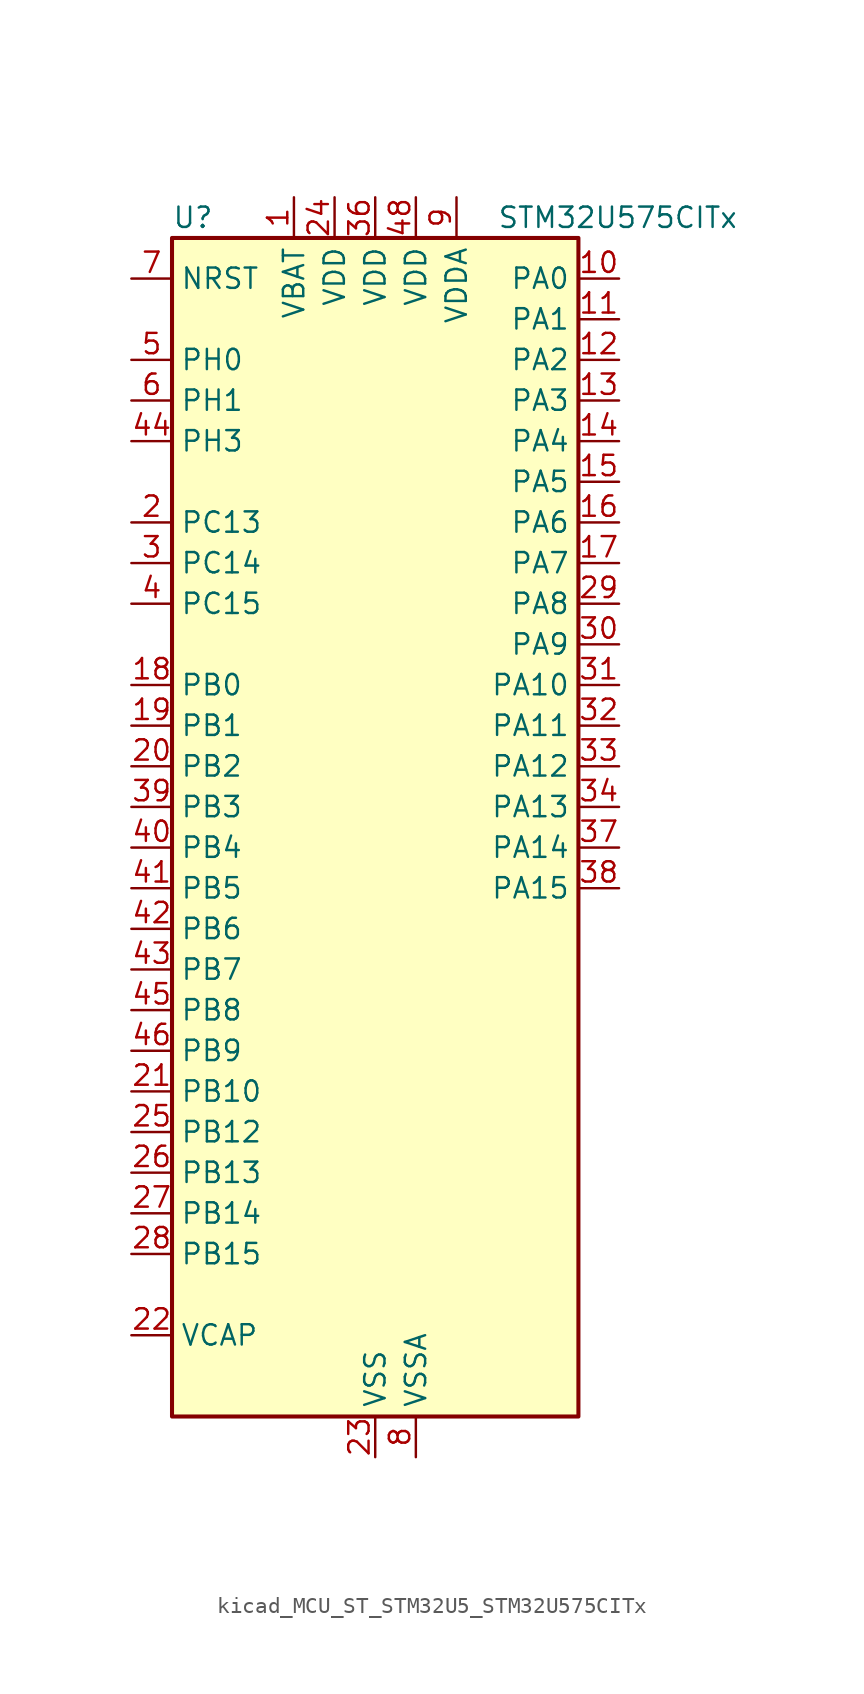
<source format=kicad_sym>
(kicad_symbol_lib
  (version 20220914)
  (generator kicad_symbol_editor)
  (symbol "kicad_MCU_ST_STM32U5_STM32U575CITx"
    (property "Reference" "U"
      (at -12.7 39.37 0)
      (effects (font (size 1.27 1.27)) (justify left)))
    (property "Value" "STM32U575CITx"
      (at 7.62 39.37 0)
      (effects (font (size 1.27 1.27)) (justify left)))
    (property "ki_locked" ""
      (at 0 0 0)
      (effects (font (size 1.27 1.27))))
    (symbol "kicad_MCU_ST_STM32U5_STM32U575CITx_0_1"
      (rectangle (start -12.7 -35.56) (end 12.7 38.1) (stroke (width 0.254) (type default)) (fill (type background))))
    (symbol "kicad_MCU_ST_STM32U5_STM32U575CITx_1_1"
      (pin power_in line (at -5.08 40.64 270) (length 2.54) (name "VBAT" (effects (font (size 1.27 1.27)))) (number "1" (effects (font (size 1.27 1.27)))))
      (pin bidirectional line (at 15.24 35.56 180) (length 2.54) (name "PA0" (effects (font (size 1.27 1.27)))) (number "10" (effects (font (size 1.27 1.27)))) (alternate "ADC1_IN5" bidirectional line) (alternate "AUDIOCLK" bidirectional line) (alternate "OCTOSPIM_P2_NCS" bidirectional line) (alternate "OPAMP1_VINP" bidirectional line) (alternate "PWR_WKUP1" bidirectional line) (alternate "SPI3_RDY" bidirectional line) (alternate "TAMP_IN2" bidirectional line) (alternate "TAMP_OUT1" bidirectional line) (alternate "TIM2_CH1" bidirectional line) (alternate "TIM2_ETR" bidirectional line) (alternate "TIM5_CH1" bidirectional line) (alternate "TIM8_ETR" bidirectional line) (alternate "UART4_TX" bidirectional line) (alternate "USART2_CTS" bidirectional line))
      (pin bidirectional line (at 15.24 33.02 180) (length 2.54) (name "PA1" (effects (font (size 1.27 1.27)))) (number "11" (effects (font (size 1.27 1.27)))) (alternate "ADC1_IN6" bidirectional line) (alternate "I2C1_SMBA" bidirectional line) (alternate "LPTIM1_CH2" bidirectional line) (alternate "OCTOSPIM_P1_DQS" bidirectional line) (alternate "OPAMP1_VINM" bidirectional line) (alternate "PWR_WKUP3" bidirectional line) (alternate "SPI1_SCK" bidirectional line) (alternate "TAMP_IN5" bidirectional line) (alternate "TAMP_OUT4" bidirectional line) (alternate "TIM15_CH1N" bidirectional line) (alternate "TIM2_CH2" bidirectional line) (alternate "TIM5_CH2" bidirectional line) (alternate "UART4_RX" bidirectional line) (alternate "USART2_DE" bidirectional line) (alternate "USART2_RTS" bidirectional line))
      (pin bidirectional line (at 15.24 30.48 180) (length 2.54) (name "PA2" (effects (font (size 1.27 1.27)))) (number "12" (effects (font (size 1.27 1.27)))) (alternate "ADC1_IN7" bidirectional line) (alternate "COMP1_INP" bidirectional line) (alternate "LPUART1_TX" bidirectional line) (alternate "OCTOSPIM_P1_NCS" bidirectional line) (alternate "PWR_WKUP4" bidirectional line) (alternate "RCC_LSCO" bidirectional line) (alternate "SPI1_RDY" bidirectional line) (alternate "TIM15_CH1" bidirectional line) (alternate "TIM2_CH3" bidirectional line) (alternate "TIM5_CH3" bidirectional line) (alternate "UCPD1_FRSTX1" bidirectional line) (alternate "USART2_TX" bidirectional line))
      (pin bidirectional line (at 15.24 27.94 180) (length 2.54) (name "PA3" (effects (font (size 1.27 1.27)))) (number "13" (effects (font (size 1.27 1.27)))) (alternate "ADC1_IN8" bidirectional line) (alternate "LPUART1_RX" bidirectional line) (alternate "OCTOSPIM_P1_CLK" bidirectional line) (alternate "OPAMP1_VOUT" bidirectional line) (alternate "PWR_WKUP5" bidirectional line) (alternate "SAI1_CK1" bidirectional line) (alternate "SAI1_MCLK_A" bidirectional line) (alternate "TIM15_CH2" bidirectional line) (alternate "TIM2_CH4" bidirectional line) (alternate "TIM5_CH4" bidirectional line) (alternate "USART2_RX" bidirectional line))
      (pin bidirectional line (at 15.24 25.4 180) (length 2.54) (name "PA4" (effects (font (size 1.27 1.27)))) (number "14" (effects (font (size 1.27 1.27)))) (alternate "ADC1_IN9" bidirectional line) (alternate "ADC4_IN9" bidirectional line) (alternate "DAC1_OUT1" bidirectional line) (alternate "LPTIM2_CH1" bidirectional line) (alternate "OCTOSPIM_P1_NCS" bidirectional line) (alternate "PWR_WKUP2" bidirectional line) (alternate "SAI1_FS_B" bidirectional line) (alternate "SPI1_NSS" bidirectional line) (alternate "SPI3_NSS" bidirectional line) (alternate "USART2_CK" bidirectional line))
      (pin bidirectional line (at 15.24 22.86 180) (length 2.54) (name "PA5" (effects (font (size 1.27 1.27)))) (number "15" (effects (font (size 1.27 1.27)))) (alternate "ADC1_IN10" bidirectional line) (alternate "ADC4_IN10" bidirectional line) (alternate "DAC1_OUT2" bidirectional line) (alternate "LPTIM2_ETR" bidirectional line) (alternate "PWR_CSLEEP" bidirectional line) (alternate "PWR_WKUP6" bidirectional line) (alternate "SPI1_SCK" bidirectional line) (alternate "TIM2_CH1" bidirectional line) (alternate "TIM2_ETR" bidirectional line) (alternate "TIM8_CH1N" bidirectional line) (alternate "USART3_RX" bidirectional line))
      (pin bidirectional line (at 15.24 20.32 180) (length 2.54) (name "PA6" (effects (font (size 1.27 1.27)))) (number "16" (effects (font (size 1.27 1.27)))) (alternate "ADC1_IN11" bidirectional line) (alternate "ADC4_IN11" bidirectional line) (alternate "LPUART1_CTS" bidirectional line) (alternate "OCTOSPIM_P1_IO3" bidirectional line) (alternate "OPAMP2_VINP" bidirectional line) (alternate "PWR_CDSTOP" bidirectional line) (alternate "PWR_WKUP7" bidirectional line) (alternate "SPI1_MISO" bidirectional line) (alternate "TIM16_CH1" bidirectional line) (alternate "TIM1_BKIN" bidirectional line) (alternate "TIM3_CH1" bidirectional line) (alternate "TIM8_BKIN" bidirectional line) (alternate "USART3_CTS" bidirectional line))
      (pin bidirectional line (at 15.24 17.78 180) (length 2.54) (name "PA7" (effects (font (size 1.27 1.27)))) (number "17" (effects (font (size 1.27 1.27)))) (alternate "ADC1_IN12" bidirectional line) (alternate "ADC4_IN20" bidirectional line) (alternate "I2C3_SCL" bidirectional line) (alternate "LPTIM2_CH2" bidirectional line) (alternate "OCTOSPIM_P1_IO2" bidirectional line) (alternate "OPAMP2_VINM" bidirectional line) (alternate "PWR_SRDSTOP" bidirectional line) (alternate "PWR_WKUP8" bidirectional line) (alternate "SPI1_MOSI" bidirectional line) (alternate "TIM17_CH1" bidirectional line) (alternate "TIM1_CH1N" bidirectional line) (alternate "TIM3_CH2" bidirectional line) (alternate "TIM8_CH1N" bidirectional line) (alternate "USART3_TX" bidirectional line))
      (pin bidirectional line (at -15.24 10.16 0) (length 2.54) (name "PB0" (effects (font (size 1.27 1.27)))) (number "18" (effects (font (size 1.27 1.27)))) (alternate "ADC1_IN15" bidirectional line) (alternate "ADC4_IN18" bidirectional line) (alternate "AUDIOCLK" bidirectional line) (alternate "COMP1_OUT" bidirectional line) (alternate "LPTIM3_CH1" bidirectional line) (alternate "OCTOSPIM_P1_IO1" bidirectional line) (alternate "OPAMP2_VOUT" bidirectional line) (alternate "SPI1_NSS" bidirectional line) (alternate "TIM1_CH2N" bidirectional line) (alternate "TIM3_CH3" bidirectional line) (alternate "TIM8_CH2N" bidirectional line) (alternate "USART3_CK" bidirectional line))
      (pin bidirectional line (at -15.24 7.62 0) (length 2.54) (name "PB1" (effects (font (size 1.27 1.27)))) (number "19" (effects (font (size 1.27 1.27)))) (alternate "ADC1_IN16" bidirectional line) (alternate "ADC4_IN19" bidirectional line) (alternate "COMP1_INM" bidirectional line) (alternate "LPTIM2_IN1" bidirectional line) (alternate "LPTIM3_CH2" bidirectional line) (alternate "LPUART1_DE" bidirectional line) (alternate "LPUART1_RTS" bidirectional line) (alternate "MDF1_SDI0" bidirectional line) (alternate "OCTOSPIM_P1_IO0" bidirectional line) (alternate "PWR_WKUP4" bidirectional line) (alternate "TIM1_CH3N" bidirectional line) (alternate "TIM3_CH4" bidirectional line) (alternate "TIM8_CH3N" bidirectional line) (alternate "USART3_DE" bidirectional line) (alternate "USART3_RTS" bidirectional line))
      (pin bidirectional line (at -15.24 20.32 0) (length 2.54) (name "PC13" (effects (font (size 1.27 1.27)))) (number "2" (effects (font (size 1.27 1.27)))) (alternate "PWR_WKUP2" bidirectional line) (alternate "RTC_OUT1" bidirectional line) (alternate "RTC_TS" bidirectional line) (alternate "TAMP_IN1" bidirectional line) (alternate "TAMP_OUT2" bidirectional line))
      (pin bidirectional line (at -15.24 5.08 0) (length 2.54) (name "PB2" (effects (font (size 1.27 1.27)))) (number "20" (effects (font (size 1.27 1.27)))) (alternate "ADC1_IN17" bidirectional line) (alternate "COMP1_INP" bidirectional line) (alternate "I2C3_SMBA" bidirectional line) (alternate "LPTIM1_CH1" bidirectional line) (alternate "MDF1_CKI0" bidirectional line) (alternate "OCTOSPIM_P1_DQS" bidirectional line) (alternate "PWR_WKUP1" bidirectional line) (alternate "RTC_OUT2" bidirectional line) (alternate "SPI1_RDY" bidirectional line) (alternate "TIM8_CH4N" bidirectional line) (alternate "UCPD1_FRSTX1" bidirectional line))
      (pin bidirectional line (at -15.24 -15.24 0) (length 2.54) (name "PB10" (effects (font (size 1.27 1.27)))) (number "21" (effects (font (size 1.27 1.27)))) (alternate "COMP1_OUT" bidirectional line) (alternate "I2C2_SCL" bidirectional line) (alternate "I2C4_SCL" bidirectional line) (alternate "LPTIM3_CH1" bidirectional line) (alternate "LPUART1_RX" bidirectional line) (alternate "OCTOSPIM_P1_CLK" bidirectional line) (alternate "PWR_WKUP8" bidirectional line) (alternate "SAI1_SCK_A" bidirectional line) (alternate "SPI2_SCK" bidirectional line) (alternate "TIM2_CH3" bidirectional line) (alternate "TSC_SYNC" bidirectional line) (alternate "USART3_TX" bidirectional line))
      (pin power_out line (at -15.24 -30.48 0) (length 2.54) (name "VCAP" (effects (font (size 1.27 1.27)))) (number "22" (effects (font (size 1.27 1.27)))))
      (pin power_in line (at 0 -38.1 90) (length 2.54) (name "VSS" (effects (font (size 1.27 1.27)))) (number "23" (effects (font (size 1.27 1.27)))))
      (pin power_in line (at -2.54 40.64 270) (length 2.54) (name "VDD" (effects (font (size 1.27 1.27)))) (number "24" (effects (font (size 1.27 1.27)))))
      (pin bidirectional line (at -15.24 -17.78 0) (length 2.54) (name "PB12" (effects (font (size 1.27 1.27)))) (number "25" (effects (font (size 1.27 1.27)))) (alternate "I2C2_SMBA" bidirectional line) (alternate "LPUART1_DE" bidirectional line) (alternate "LPUART1_RTS" bidirectional line) (alternate "MDF1_SDI1" bidirectional line) (alternate "OCTOSPIM_P1_NCLK" bidirectional line) (alternate "SPI2_NSS" bidirectional line) (alternate "TIM15_BKIN" bidirectional line) (alternate "TIM1_BKIN" bidirectional line) (alternate "TSC_G1_IO1" bidirectional line) (alternate "USART3_CK" bidirectional line))
      (pin bidirectional line (at -15.24 -20.32 0) (length 2.54) (name "PB13" (effects (font (size 1.27 1.27)))) (number "26" (effects (font (size 1.27 1.27)))) (alternate "I2C2_SCL" bidirectional line) (alternate "LPTIM3_IN1" bidirectional line) (alternate "LPUART1_CTS" bidirectional line) (alternate "MDF1_CKI1" bidirectional line) (alternate "SPI2_SCK" bidirectional line) (alternate "TIM15_CH1N" bidirectional line) (alternate "TIM1_CH1N" bidirectional line) (alternate "TSC_G1_IO2" bidirectional line) (alternate "USART3_CTS" bidirectional line))
      (pin bidirectional line (at -15.24 -22.86 0) (length 2.54) (name "PB14" (effects (font (size 1.27 1.27)))) (number "27" (effects (font (size 1.27 1.27)))) (alternate "I2C2_SDA" bidirectional line) (alternate "LPTIM3_ETR" bidirectional line) (alternate "MDF1_SDI2" bidirectional line) (alternate "SPI2_MISO" bidirectional line) (alternate "TIM15_CH1" bidirectional line) (alternate "TIM1_CH2N" bidirectional line) (alternate "TIM8_CH2N" bidirectional line) (alternate "TSC_G1_IO3" bidirectional line) (alternate "UCPD1_DBCC2" bidirectional line) (alternate "USART3_DE" bidirectional line) (alternate "USART3_RTS" bidirectional line))
      (pin bidirectional line (at -15.24 -25.4 0) (length 2.54) (name "PB15" (effects (font (size 1.27 1.27)))) (number "28" (effects (font (size 1.27 1.27)))) (alternate "ADC1_EXTI15" bidirectional line) (alternate "ADC4_EXTI15" bidirectional line) (alternate "LPTIM2_IN2" bidirectional line) (alternate "MDF1_CKI2" bidirectional line) (alternate "PWR_WKUP7" bidirectional line) (alternate "RTC_REFIN" bidirectional line) (alternate "SPI2_MOSI" bidirectional line) (alternate "TIM15_CH2" bidirectional line) (alternate "TIM1_CH3N" bidirectional line) (alternate "TIM8_CH3N" bidirectional line) (alternate "UCPD1_CC2" bidirectional line))
      (pin bidirectional line (at 15.24 15.24 180) (length 2.54) (name "PA8" (effects (font (size 1.27 1.27)))) (number "29" (effects (font (size 1.27 1.27)))) (alternate "DEBUG_TRACECLK" bidirectional line) (alternate "LPTIM2_CH1" bidirectional line) (alternate "RCC_MCO" bidirectional line) (alternate "SAI1_CK2" bidirectional line) (alternate "SAI1_SCK_A" bidirectional line) (alternate "SPI1_RDY" bidirectional line) (alternate "TIM1_CH1" bidirectional line) (alternate "USART1_CK" bidirectional line) (alternate "USB_OTG_FS_SOF" bidirectional line))
      (pin bidirectional line (at -15.24 17.78 0) (length 2.54) (name "PC14" (effects (font (size 1.27 1.27)))) (number "3" (effects (font (size 1.27 1.27)))) (alternate "RCC_OSC32_IN" bidirectional line))
      (pin bidirectional line (at 15.24 12.7 180) (length 2.54) (name "PA9" (effects (font (size 1.27 1.27)))) (number "30" (effects (font (size 1.27 1.27)))) (alternate "DAC1_EXTI9" bidirectional line) (alternate "SAI1_FS_A" bidirectional line) (alternate "SPI2_SCK" bidirectional line) (alternate "TIM15_BKIN" bidirectional line) (alternate "TIM1_CH2" bidirectional line) (alternate "USART1_TX" bidirectional line) (alternate "USB_OTG_FS_VBUS" bidirectional line))
      (pin bidirectional line (at 15.24 10.16 180) (length 2.54) (name "PA10" (effects (font (size 1.27 1.27)))) (number "31" (effects (font (size 1.27 1.27)))) (alternate "CRS_SYNC" bidirectional line) (alternate "LPTIM2_IN2" bidirectional line) (alternate "SAI1_D1" bidirectional line) (alternate "SAI1_SD_A" bidirectional line) (alternate "TIM17_BKIN" bidirectional line) (alternate "TIM1_CH3" bidirectional line) (alternate "USART1_RX" bidirectional line) (alternate "USB_OTG_FS_ID" bidirectional line))
      (pin bidirectional line (at 15.24 7.62 180) (length 2.54) (name "PA11" (effects (font (size 1.27 1.27)))) (number "32" (effects (font (size 1.27 1.27)))) (alternate "ADC1_EXTI11" bidirectional line) (alternate "FDCAN1_RX" bidirectional line) (alternate "SPI1_MISO" bidirectional line) (alternate "TIM1_BKIN2" bidirectional line) (alternate "TIM1_CH4" bidirectional line) (alternate "USART1_CTS" bidirectional line) (alternate "USB_OTG_FS_DM" bidirectional line))
      (pin bidirectional line (at 15.24 5.08 180) (length 2.54) (name "PA12" (effects (font (size 1.27 1.27)))) (number "33" (effects (font (size 1.27 1.27)))) (alternate "FDCAN1_TX" bidirectional line) (alternate "OCTOSPIM_P2_NCS" bidirectional line) (alternate "SPI1_MOSI" bidirectional line) (alternate "TIM1_ETR" bidirectional line) (alternate "USART1_DE" bidirectional line) (alternate "USART1_RTS" bidirectional line) (alternate "USB_OTG_FS_DP" bidirectional line))
      (pin bidirectional line (at 15.24 2.54 180) (length 2.54) (name "PA13" (effects (font (size 1.27 1.27)))) (number "34" (effects (font (size 1.27 1.27)))) (alternate "DEBUG_JTMS-SWDIO" bidirectional line) (alternate "IR_OUT" bidirectional line) (alternate "SAI1_SD_B" bidirectional line) (alternate "USB_OTG_FS_NOE" bidirectional line))
      (pin passive line (at 0 -38.1 90) (length 2.54) hide (name "VSS" (effects (font (size 1.27 1.27)))) (number "35" (effects (font (size 1.27 1.27)))))
      (pin power_in line (at 0 40.64 270) (length 2.54) (name "VDD" (effects (font (size 1.27 1.27)))) (number "36" (effects (font (size 1.27 1.27)))))
      (pin bidirectional line (at 15.24 0 180) (length 2.54) (name "PA14" (effects (font (size 1.27 1.27)))) (number "37" (effects (font (size 1.27 1.27)))) (alternate "DEBUG_JTCK-SWCLK" bidirectional line) (alternate "I2C1_SMBA" bidirectional line) (alternate "I2C4_SMBA" bidirectional line) (alternate "LPTIM1_CH1" bidirectional line) (alternate "SAI1_FS_B" bidirectional line) (alternate "USB_OTG_FS_SOF" bidirectional line))
      (pin bidirectional line (at 15.24 -2.54 180) (length 2.54) (name "PA15" (effects (font (size 1.27 1.27)))) (number "38" (effects (font (size 1.27 1.27)))) (alternate "ADC1_EXTI15" bidirectional line) (alternate "ADC4_EXTI15" bidirectional line) (alternate "DEBUG_JTDI" bidirectional line) (alternate "SPI1_NSS" bidirectional line) (alternate "SPI3_NSS" bidirectional line) (alternate "TIM2_CH1" bidirectional line) (alternate "TIM2_ETR" bidirectional line) (alternate "UART4_DE" bidirectional line) (alternate "UART4_RTS" bidirectional line) (alternate "UCPD1_CC1" bidirectional line) (alternate "USART2_RX" bidirectional line) (alternate "USART3_DE" bidirectional line) (alternate "USART3_RTS" bidirectional line))
      (pin bidirectional line (at -15.24 2.54 0) (length 2.54) (name "PB3" (effects (font (size 1.27 1.27)))) (number "39" (effects (font (size 1.27 1.27)))) (alternate "ADF1_CCK0" bidirectional line) (alternate "COMP2_INM" bidirectional line) (alternate "CRS_SYNC" bidirectional line) (alternate "DEBUG_JTDO-SWO" bidirectional line) (alternate "I2C1_SDA" bidirectional line) (alternate "LPTIM1_CH1" bidirectional line) (alternate "SAI1_SCK_B" bidirectional line) (alternate "SPI1_SCK" bidirectional line) (alternate "SPI3_SCK" bidirectional line) (alternate "TIM2_CH2" bidirectional line) (alternate "USART1_DE" bidirectional line) (alternate "USART1_RTS" bidirectional line))
      (pin bidirectional line (at -15.24 15.24 0) (length 2.54) (name "PC15" (effects (font (size 1.27 1.27)))) (number "4" (effects (font (size 1.27 1.27)))) (alternate "ADC1_EXTI15" bidirectional line) (alternate "ADC4_EXTI15" bidirectional line) (alternate "RCC_OSC32_OUT" bidirectional line))
      (pin bidirectional line (at -15.24 0 0) (length 2.54) (name "PB4" (effects (font (size 1.27 1.27)))) (number "40" (effects (font (size 1.27 1.27)))) (alternate "ADF1_SDI0" bidirectional line) (alternate "COMP2_INP" bidirectional line) (alternate "DEBUG_JTRST" bidirectional line) (alternate "I2C3_SDA" bidirectional line) (alternate "LPTIM1_CH2" bidirectional line) (alternate "SAI1_MCLK_B" bidirectional line) (alternate "SPI1_MISO" bidirectional line) (alternate "SPI3_MISO" bidirectional line) (alternate "TIM17_BKIN" bidirectional line) (alternate "TIM3_CH1" bidirectional line) (alternate "TSC_G2_IO1" bidirectional line) (alternate "USART1_CTS" bidirectional line))
      (pin bidirectional line (at -15.24 -2.54 0) (length 2.54) (name "PB5" (effects (font (size 1.27 1.27)))) (number "41" (effects (font (size 1.27 1.27)))) (alternate "COMP2_OUT" bidirectional line) (alternate "I2C1_SMBA" bidirectional line) (alternate "LPTIM1_IN1" bidirectional line) (alternate "OCTOSPIM_P1_NCLK" bidirectional line) (alternate "PWR_WKUP6" bidirectional line) (alternate "SAI1_SD_B" bidirectional line) (alternate "SPI1_MOSI" bidirectional line) (alternate "SPI3_MOSI" bidirectional line) (alternate "TIM16_BKIN" bidirectional line) (alternate "TIM3_CH2" bidirectional line) (alternate "TSC_G2_IO2" bidirectional line) (alternate "UCPD1_DBCC1" bidirectional line) (alternate "USART1_CK" bidirectional line))
      (pin bidirectional line (at -15.24 -5.08 0) (length 2.54) (name "PB6" (effects (font (size 1.27 1.27)))) (number "42" (effects (font (size 1.27 1.27)))) (alternate "COMP2_INP" bidirectional line) (alternate "I2C1_SCL" bidirectional line) (alternate "I2C4_SCL" bidirectional line) (alternate "LPTIM1_ETR" bidirectional line) (alternate "MDF1_SDI5" bidirectional line) (alternate "PWR_WKUP3" bidirectional line) (alternate "SAI1_FS_B" bidirectional line) (alternate "TIM16_CH1N" bidirectional line) (alternate "TIM4_CH1" bidirectional line) (alternate "TIM8_BKIN2" bidirectional line) (alternate "TSC_G2_IO3" bidirectional line) (alternate "USART1_TX" bidirectional line))
      (pin bidirectional line (at -15.24 -7.62 0) (length 2.54) (name "PB7" (effects (font (size 1.27 1.27)))) (number "43" (effects (font (size 1.27 1.27)))) (alternate "COMP2_INM" bidirectional line) (alternate "I2C1_SDA" bidirectional line) (alternate "I2C4_SDA" bidirectional line) (alternate "LPTIM1_IN2" bidirectional line) (alternate "MDF1_CKI5" bidirectional line) (alternate "PWR_PVD_IN" bidirectional line) (alternate "PWR_WKUP4" bidirectional line) (alternate "TIM17_CH1N" bidirectional line) (alternate "TIM4_CH2" bidirectional line) (alternate "TIM8_BKIN" bidirectional line) (alternate "TSC_G2_IO4" bidirectional line) (alternate "UART4_CTS" bidirectional line) (alternate "USART1_RX" bidirectional line))
      (pin bidirectional line (at -15.24 25.4 0) (length 2.54) (name "PH3" (effects (font (size 1.27 1.27)))) (number "44" (effects (font (size 1.27 1.27)))))
      (pin bidirectional line (at -15.24 -10.16 0) (length 2.54) (name "PB8" (effects (font (size 1.27 1.27)))) (number "45" (effects (font (size 1.27 1.27)))) (alternate "FDCAN1_RX" bidirectional line) (alternate "I2C1_SCL" bidirectional line) (alternate "MDF1_CCK0" bidirectional line) (alternate "PWR_WKUP5" bidirectional line) (alternate "SAI1_CK1" bidirectional line) (alternate "SAI1_MCLK_A" bidirectional line) (alternate "SPI3_RDY" bidirectional line) (alternate "TIM16_CH1" bidirectional line) (alternate "TIM4_CH3" bidirectional line))
      (pin bidirectional line (at -15.24 -12.7 0) (length 2.54) (name "PB9" (effects (font (size 1.27 1.27)))) (number "46" (effects (font (size 1.27 1.27)))) (alternate "DAC1_EXTI9" bidirectional line) (alternate "FDCAN1_TX" bidirectional line) (alternate "I2C1_SDA" bidirectional line) (alternate "IR_OUT" bidirectional line) (alternate "SAI1_D2" bidirectional line) (alternate "SAI1_FS_A" bidirectional line) (alternate "SPI2_NSS" bidirectional line) (alternate "TIM17_CH1" bidirectional line) (alternate "TIM4_CH4" bidirectional line))
      (pin passive line (at 0 -38.1 90) (length 2.54) hide (name "VSS" (effects (font (size 1.27 1.27)))) (number "47" (effects (font (size 1.27 1.27)))))
      (pin power_in line (at 2.54 40.64 270) (length 2.54) (name "VDD" (effects (font (size 1.27 1.27)))) (number "48" (effects (font (size 1.27 1.27)))))
      (pin bidirectional line (at -15.24 30.48 0) (length 2.54) (name "PH0" (effects (font (size 1.27 1.27)))) (number "5" (effects (font (size 1.27 1.27)))) (alternate "RCC_OSC_IN" bidirectional line))
      (pin bidirectional line (at -15.24 27.94 0) (length 2.54) (name "PH1" (effects (font (size 1.27 1.27)))) (number "6" (effects (font (size 1.27 1.27)))) (alternate "RCC_OSC_OUT" bidirectional line))
      (pin input line (at -15.24 35.56 0) (length 2.54) (name "NRST" (effects (font (size 1.27 1.27)))) (number "7" (effects (font (size 1.27 1.27)))))
      (pin power_in line (at 2.54 -38.1 90) (length 2.54) (name "VSSA" (effects (font (size 1.27 1.27)))) (number "8" (effects (font (size 1.27 1.27)))))
      (pin power_in line (at 5.08 40.64 270) (length 2.54) (name "VDDA" (effects (font (size 1.27 1.27)))) (number "9" (effects (font (size 1.27 1.27))))))))
</source>
